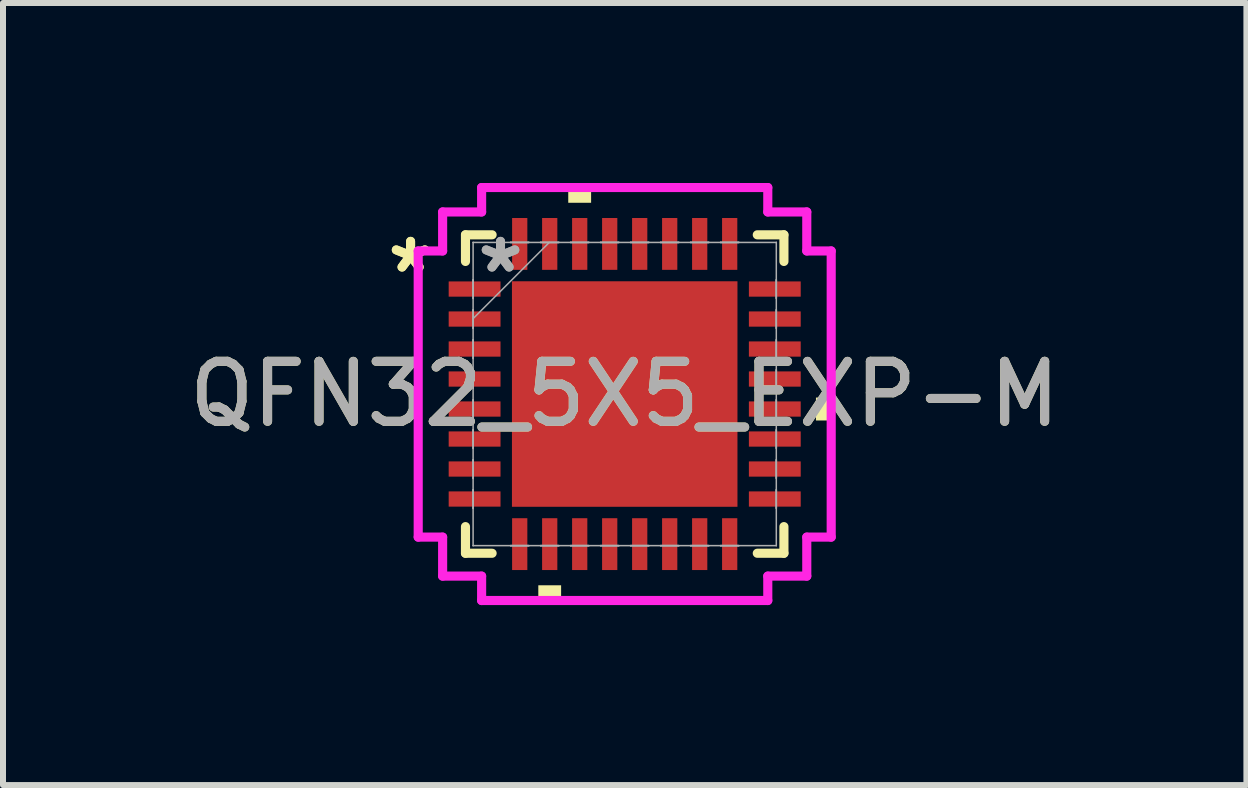
<source format=kicad_pcb>
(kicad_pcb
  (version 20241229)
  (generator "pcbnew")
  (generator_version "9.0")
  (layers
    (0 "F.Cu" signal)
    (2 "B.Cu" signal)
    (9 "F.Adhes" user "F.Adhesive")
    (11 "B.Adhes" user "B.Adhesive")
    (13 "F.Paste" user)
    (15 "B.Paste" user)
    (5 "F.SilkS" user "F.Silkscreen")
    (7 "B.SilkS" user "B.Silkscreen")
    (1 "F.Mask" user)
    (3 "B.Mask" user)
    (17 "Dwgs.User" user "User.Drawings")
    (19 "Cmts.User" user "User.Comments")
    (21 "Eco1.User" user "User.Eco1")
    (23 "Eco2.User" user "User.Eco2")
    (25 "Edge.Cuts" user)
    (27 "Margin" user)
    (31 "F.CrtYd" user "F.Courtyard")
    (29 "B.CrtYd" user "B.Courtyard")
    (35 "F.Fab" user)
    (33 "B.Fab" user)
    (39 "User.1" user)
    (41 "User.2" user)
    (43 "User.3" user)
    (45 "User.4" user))
  (footprint "QFN32_5X5_EXP-M"
    (layer "F.Cu")
    (at 7.363 3.518)
    (property "Reference" "QFN32_5X5_EXP-M" (at 0 0 0) (unlocked yes) (layer "F.SilkS") (effects (font (size 1 1) (thickness 0.15))))
    (attr smd)
    (fp_line (start -2.654 -2.654) (end -2.654 -2.21) (stroke (width 0.152) (type solid)) (layer "F.SilkS"))
    (fp_line (start -2.654 2.21) (end -2.654 2.654) (stroke (width 0.152) (type solid)) (layer "F.SilkS"))
    (fp_line (start -2.654 2.654) (end -2.21 2.654) (stroke (width 0.152) (type solid)) (layer "F.SilkS"))
    (fp_line (start -2.21 -2.654) (end -2.654 -2.654) (stroke (width 0.152) (type solid)) (layer "F.SilkS"))
    (fp_line (start 2.21 2.654) (end 2.654 2.654) (stroke (width 0.152) (type solid)) (layer "F.SilkS"))
    (fp_line (start 2.654 -2.654) (end 2.21 -2.654) (stroke (width 0.152) (type solid)) (layer "F.SilkS"))
    (fp_line (start 2.654 -2.21) (end 2.654 -2.654) (stroke (width 0.152) (type solid)) (layer "F.SilkS"))
    (fp_line (start 2.654 2.654) (end 2.654 2.21) (stroke (width 0.152) (type solid)) (layer "F.SilkS"))
    (fp_poly (pts (xy -1.44 3.188) (xy -1.44 3.442) (xy -1.06 3.442) (xy -1.06 3.188)) (stroke (width 0) (type solid)) (fill yes) (layer "F.SilkS"))
    (fp_poly (pts (xy -0.941 -3.188) (xy -0.941 -3.442) (xy -0.56 -3.442) (xy -0.56 -3.188)) (stroke (width 0) (type solid)) (fill yes) (layer "F.SilkS"))
    (fp_poly (pts (xy 3.442 0.059) (xy 3.442 0.441) (xy 3.188 0.441) (xy 3.188 0.059)) (stroke (width 0) (type solid)) (fill yes) (layer "F.SilkS"))
    (fp_poly (pts (xy -1.78 -1.78) (xy -1.78 -0.1) (xy -0.1 -0.1) (xy -0.1 -1.78)) (stroke (width 0) (type solid)) (fill yes) (layer "F.Paste"))
    (fp_poly (pts (xy -1.78 0.1) (xy -1.78 1.78) (xy -0.1 1.78) (xy -0.1 0.1)) (stroke (width 0) (type solid)) (fill yes) (layer "F.Paste"))
    (fp_poly (pts (xy 0.1 -1.78) (xy 0.1 -0.1) (xy 1.78 -0.1) (xy 1.78 -1.78)) (stroke (width 0) (type solid)) (fill yes) (layer "F.Paste"))
    (fp_poly (pts (xy 0.1 0.1) (xy 0.1 1.78) (xy 1.78 1.78) (xy 1.78 0.1)) (stroke (width 0) (type solid)) (fill yes) (layer "F.Paste"))
    (fp_line (start -3.442 -2.385) (end -3.035 -2.385) (stroke (width 0.152) (type solid)) (layer "F.CrtYd"))
    (fp_line (start -3.442 2.385) (end -3.442 -2.385) (stroke (width 0.152) (type solid)) (layer "F.CrtYd"))
    (fp_line (start -3.035 -3.035) (end -2.385 -3.035) (stroke (width 0.152) (type solid)) (layer "F.CrtYd"))
    (fp_line (start -3.035 -2.385) (end -3.035 -3.035) (stroke (width 0.152) (type solid)) (layer "F.CrtYd"))
    (fp_line (start -3.035 2.385) (end -3.442 2.385) (stroke (width 0.152) (type solid)) (layer "F.CrtYd"))
    (fp_line (start -3.035 3.035) (end -3.035 2.385) (stroke (width 0.152) (type solid)) (layer "F.CrtYd"))
    (fp_line (start -2.385 -3.442) (end 2.385 -3.442) (stroke (width 0.152) (type solid)) (layer "F.CrtYd"))
    (fp_line (start -2.385 -3.035) (end -2.385 -3.442) (stroke (width 0.152) (type solid)) (layer "F.CrtYd"))
    (fp_line (start -2.385 3.035) (end -3.035 3.035) (stroke (width 0.152) (type solid)) (layer "F.CrtYd"))
    (fp_line (start -2.385 3.442) (end -2.385 3.035) (stroke (width 0.152) (type solid)) (layer "F.CrtYd"))
    (fp_line (start 2.385 -3.442) (end 2.385 -3.035) (stroke (width 0.152) (type solid)) (layer "F.CrtYd"))
    (fp_line (start 2.385 -3.035) (end 3.035 -3.035) (stroke (width 0.152) (type solid)) (layer "F.CrtYd"))
    (fp_line (start 2.385 3.035) (end 2.385 3.442) (stroke (width 0.152) (type solid)) (layer "F.CrtYd"))
    (fp_line (start 2.385 3.442) (end -2.385 3.442) (stroke (width 0.152) (type solid)) (layer "F.CrtYd"))
    (fp_line (start 3.035 -3.035) (end 3.035 -2.385) (stroke (width 0.152) (type solid)) (layer "F.CrtYd"))
    (fp_line (start 3.035 -2.385) (end 3.442 -2.385) (stroke (width 0.152) (type solid)) (layer "F.CrtYd"))
    (fp_line (start 3.035 2.385) (end 3.035 3.035) (stroke (width 0.152) (type solid)) (layer "F.CrtYd"))
    (fp_line (start 3.035 3.035) (end 2.385 3.035) (stroke (width 0.152) (type solid)) (layer "F.CrtYd"))
    (fp_line (start 3.442 -2.385) (end 3.442 2.385) (stroke (width 0.152) (type solid)) (layer "F.CrtYd"))
    (fp_line (start 3.442 2.385) (end 3.035 2.385) (stroke (width 0.152) (type solid)) (layer "F.CrtYd"))
    (fp_line (start -2.527 -2.527) (end -2.527 -2.527) (stroke (width 0.025) (type solid)) (layer "F.Fab"))
    (fp_line (start -2.527 -2.527) (end -2.527 2.527) (stroke (width 0.025) (type solid)) (layer "F.Fab"))
    (fp_line (start -2.527 -1.902) (end -2.527 -1.902) (stroke (width 0.025) (type solid)) (layer "F.Fab"))
    (fp_line (start -2.527 -1.902) (end -2.527 -1.598) (stroke (width 0.025) (type solid)) (layer "F.Fab"))
    (fp_line (start -2.527 -1.598) (end -2.527 -1.902) (stroke (width 0.025) (type solid)) (layer "F.Fab"))
    (fp_line (start -2.527 -1.598) (end -2.527 -1.598) (stroke (width 0.025) (type solid)) (layer "F.Fab"))
    (fp_line (start -2.527 -1.402) (end -2.527 -1.402) (stroke (width 0.025) (type solid)) (layer "F.Fab"))
    (fp_line (start -2.527 -1.402) (end -2.527 -1.098) (stroke (width 0.025) (type solid)) (layer "F.Fab"))
    (fp_line (start -2.527 -1.257) (end -1.257 -2.527) (stroke (width 0.025) (type solid)) (layer "F.Fab"))
    (fp_line (start -2.527 -1.098) (end -2.527 -1.402) (stroke (width 0.025) (type solid)) (layer "F.Fab"))
    (fp_line (start -2.527 -1.098) (end -2.527 -1.098) (stroke (width 0.025) (type solid)) (layer "F.Fab"))
    (fp_line (start -2.527 -0.902) (end -2.527 -0.902) (stroke (width 0.025) (type solid)) (layer "F.Fab"))
    (fp_line (start -2.527 -0.902) (end -2.527 -0.598) (stroke (width 0.025) (type solid)) (layer "F.Fab"))
    (fp_line (start -2.527 -0.598) (end -2.527 -0.902) (stroke (width 0.025) (type solid)) (layer "F.Fab"))
    (fp_line (start -2.527 -0.598) (end -2.527 -0.598) (stroke (width 0.025) (type solid)) (layer "F.Fab"))
    (fp_line (start -2.527 -0.402) (end -2.527 -0.402) (stroke (width 0.025) (type solid)) (layer "F.Fab"))
    (fp_line (start -2.527 -0.402) (end -2.527 -0.098) (stroke (width 0.025) (type solid)) (layer "F.Fab"))
    (fp_line (start -2.527 -0.098) (end -2.527 -0.402) (stroke (width 0.025) (type solid)) (layer "F.Fab"))
    (fp_line (start -2.527 -0.098) (end -2.527 -0.098) (stroke (width 0.025) (type solid)) (layer "F.Fab"))
    (fp_line (start -2.527 0.098) (end -2.527 0.098) (stroke (width 0.025) (type solid)) (layer "F.Fab"))
    (fp_line (start -2.527 0.098) (end -2.527 0.402) (stroke (width 0.025) (type solid)) (layer "F.Fab"))
    (fp_line (start -2.527 0.402) (end -2.527 0.098) (stroke (width 0.025) (type solid)) (layer "F.Fab"))
    (fp_line (start -2.527 0.402) (end -2.527 0.402) (stroke (width 0.025) (type solid)) (layer "F.Fab"))
    (fp_line (start -2.527 0.598) (end -2.527 0.598) (stroke (width 0.025) (type solid)) (layer "F.Fab"))
    (fp_line (start -2.527 0.598) (end -2.527 0.902) (stroke (width 0.025) (type solid)) (layer "F.Fab"))
    (fp_line (start -2.527 0.902) (end -2.527 0.598) (stroke (width 0.025) (type solid)) (layer "F.Fab"))
    (fp_line (start -2.527 0.902) (end -2.527 0.902) (stroke (width 0.025) (type solid)) (layer "F.Fab"))
    (fp_line (start -2.527 1.098) (end -2.527 1.098) (stroke (width 0.025) (type solid)) (layer "F.Fab"))
    (fp_line (start -2.527 1.098) (end -2.527 1.402) (stroke (width 0.025) (type solid)) (layer "F.Fab"))
    (fp_line (start -2.527 1.402) (end -2.527 1.098) (stroke (width 0.025) (type solid)) (layer "F.Fab"))
    (fp_line (start -2.527 1.402) (end -2.527 1.402) (stroke (width 0.025) (type solid)) (layer "F.Fab"))
    (fp_line (start -2.527 1.598) (end -2.527 1.598) (stroke (width 0.025) (type solid)) (layer "F.Fab"))
    (fp_line (start -2.527 1.598) (end -2.527 1.902) (stroke (width 0.025) (type solid)) (layer "F.Fab"))
    (fp_line (start -2.527 1.902) (end -2.527 1.598) (stroke (width 0.025) (type solid)) (layer "F.Fab"))
    (fp_line (start -2.527 1.902) (end -2.527 1.902) (stroke (width 0.025) (type solid)) (layer "F.Fab"))
    (fp_line (start -2.527 2.527) (end -2.527 2.527) (stroke (width 0.025) (type solid)) (layer "F.Fab"))
    (fp_line (start -2.527 2.527) (end 2.527 2.527) (stroke (width 0.025) (type solid)) (layer "F.Fab"))
    (fp_line (start -1.902 -2.527) (end -1.902 -2.527) (stroke (width 0.025) (type solid)) (layer "F.Fab"))
    (fp_line (start -1.902 -2.527) (end -1.598 -2.527) (stroke (width 0.025) (type solid)) (layer "F.Fab"))
    (fp_line (start -1.902 2.527) (end -1.902 2.527) (stroke (width 0.025) (type solid)) (layer "F.Fab"))
    (fp_line (start -1.902 2.527) (end -1.598 2.527) (stroke (width 0.025) (type solid)) (layer "F.Fab"))
    (fp_line (start -1.598 -2.527) (end -1.902 -2.527) (stroke (width 0.025) (type solid)) (layer "F.Fab"))
    (fp_line (start -1.598 -2.527) (end -1.598 -2.527) (stroke (width 0.025) (type solid)) (layer "F.Fab"))
    (fp_line (start -1.598 2.527) (end -1.902 2.527) (stroke (width 0.025) (type solid)) (layer "F.Fab"))
    (fp_line (start -1.598 2.527) (end -1.598 2.527) (stroke (width 0.025) (type solid)) (layer "F.Fab"))
    (fp_line (start -1.402 -2.527) (end -1.402 -2.527) (stroke (width 0.025) (type solid)) (layer "F.Fab"))
    (fp_line (start -1.402 -2.527) (end -1.098 -2.527) (stroke (width 0.025) (type solid)) (layer "F.Fab"))
    (fp_line (start -1.402 2.527) (end -1.402 2.527) (stroke (width 0.025) (type solid)) (layer "F.Fab"))
    (fp_line (start -1.402 2.527) (end -1.098 2.527) (stroke (width 0.025) (type solid)) (layer "F.Fab"))
    (fp_line (start -1.098 -2.527) (end -1.402 -2.527) (stroke (width 0.025) (type solid)) (layer "F.Fab"))
    (fp_line (start -1.098 -2.527) (end -1.098 -2.527) (stroke (width 0.025) (type solid)) (layer "F.Fab"))
    (fp_line (start -1.098 2.527) (end -1.402 2.527) (stroke (width 0.025) (type solid)) (layer "F.Fab"))
    (fp_line (start -1.098 2.527) (end -1.098 2.527) (stroke (width 0.025) (type solid)) (layer "F.Fab"))
    (fp_line (start -0.902 -2.527) (end -0.902 -2.527) (stroke (width 0.025) (type solid)) (layer "F.Fab"))
    (fp_line (start -0.902 -2.527) (end -0.598 -2.527) (stroke (width 0.025) (type solid)) (layer "F.Fab"))
    (fp_line (start -0.902 2.527) (end -0.902 2.527) (stroke (width 0.025) (type solid)) (layer "F.Fab"))
    (fp_line (start -0.902 2.527) (end -0.598 2.527) (stroke (width 0.025) (type solid)) (layer "F.Fab"))
    (fp_line (start -0.598 -2.527) (end -0.902 -2.527) (stroke (width 0.025) (type solid)) (layer "F.Fab"))
    (fp_line (start -0.598 -2.527) (end -0.598 -2.527) (stroke (width 0.025) (type solid)) (layer "F.Fab"))
    (fp_line (start -0.598 2.527) (end -0.902 2.527) (stroke (width 0.025) (type solid)) (layer "F.Fab"))
    (fp_line (start -0.598 2.527) (end -0.598 2.527) (stroke (width 0.025) (type solid)) (layer "F.Fab"))
    (fp_line (start -0.402 -2.527) (end -0.402 -2.527) (stroke (width 0.025) (type solid)) (layer "F.Fab"))
    (fp_line (start -0.402 -2.527) (end -0.098 -2.527) (stroke (width 0.025) (type solid)) (layer "F.Fab"))
    (fp_line (start -0.402 2.527) (end -0.402 2.527) (stroke (width 0.025) (type solid)) (layer "F.Fab"))
    (fp_line (start -0.402 2.527) (end -0.098 2.527) (stroke (width 0.025) (type solid)) (layer "F.Fab"))
    (fp_line (start -0.098 -2.527) (end -0.402 -2.527) (stroke (width 0.025) (type solid)) (layer "F.Fab"))
    (fp_line (start -0.098 -2.527) (end -0.098 -2.527) (stroke (width 0.025) (type solid)) (layer "F.Fab"))
    (fp_line (start -0.098 2.527) (end -0.402 2.527) (stroke (width 0.025) (type solid)) (layer "F.Fab"))
    (fp_line (start -0.098 2.527) (end -0.098 2.527) (stroke (width 0.025) (type solid)) (layer "F.Fab"))
    (fp_line (start 0.098 -2.527) (end 0.098 -2.527) (stroke (width 0.025) (type solid)) (layer "F.Fab"))
    (fp_line (start 0.098 -2.527) (end 0.402 -2.527) (stroke (width 0.025) (type solid)) (layer "F.Fab"))
    (fp_line (start 0.098 2.527) (end 0.098 2.527) (stroke (width 0.025) (type solid)) (layer "F.Fab"))
    (fp_line (start 0.098 2.527) (end 0.402 2.527) (stroke (width 0.025) (type solid)) (layer "F.Fab"))
    (fp_line (start 0.402 -2.527) (end 0.098 -2.527) (stroke (width 0.025) (type solid)) (layer "F.Fab"))
    (fp_line (start 0.402 -2.527) (end 0.402 -2.527) (stroke (width 0.025) (type solid)) (layer "F.Fab"))
    (fp_line (start 0.402 2.527) (end 0.098 2.527) (stroke (width 0.025) (type solid)) (layer "F.Fab"))
    (fp_line (start 0.402 2.527) (end 0.402 2.527) (stroke (width 0.025) (type solid)) (layer "F.Fab"))
    (fp_line (start 0.598 -2.527) (end 0.598 -2.527) (stroke (width 0.025) (type solid)) (layer "F.Fab"))
    (fp_line (start 0.598 -2.527) (end 0.902 -2.527) (stroke (width 0.025) (type solid)) (layer "F.Fab"))
    (fp_line (start 0.598 2.527) (end 0.598 2.527) (stroke (width 0.025) (type solid)) (layer "F.Fab"))
    (fp_line (start 0.598 2.527) (end 0.902 2.527) (stroke (width 0.025) (type solid)) (layer "F.Fab"))
    (fp_line (start 0.902 -2.527) (end 0.598 -2.527) (stroke (width 0.025) (type solid)) (layer "F.Fab"))
    (fp_line (start 0.902 -2.527) (end 0.902 -2.527) (stroke (width 0.025) (type solid)) (layer "F.Fab"))
    (fp_line (start 0.902 2.527) (end 0.598 2.527) (stroke (width 0.025) (type solid)) (layer "F.Fab"))
    (fp_line (start 0.902 2.527) (end 0.902 2.527) (stroke (width 0.025) (type solid)) (layer "F.Fab"))
    (fp_line (start 1.098 -2.527) (end 1.098 -2.527) (stroke (width 0.025) (type solid)) (layer "F.Fab"))
    (fp_line (start 1.098 -2.527) (end 1.402 -2.527) (stroke (width 0.025) (type solid)) (layer "F.Fab"))
    (fp_line (start 1.098 2.527) (end 1.098 2.527) (stroke (width 0.025) (type solid)) (layer "F.Fab"))
    (fp_line (start 1.098 2.527) (end 1.402 2.527) (stroke (width 0.025) (type solid)) (layer "F.Fab"))
    (fp_line (start 1.402 -2.527) (end 1.098 -2.527) (stroke (width 0.025) (type solid)) (layer "F.Fab"))
    (fp_line (start 1.402 -2.527) (end 1.402 -2.527) (stroke (width 0.025) (type solid)) (layer "F.Fab"))
    (fp_line (start 1.402 2.527) (end 1.098 2.527) (stroke (width 0.025) (type solid)) (layer "F.Fab"))
    (fp_line (start 1.402 2.527) (end 1.402 2.527) (stroke (width 0.025) (type solid)) (layer "F.Fab"))
    (fp_line (start 1.598 -2.527) (end 1.598 -2.527) (stroke (width 0.025) (type solid)) (layer "F.Fab"))
    (fp_line (start 1.598 -2.527) (end 1.902 -2.527) (stroke (width 0.025) (type solid)) (layer "F.Fab"))
    (fp_line (start 1.598 2.527) (end 1.598 2.527) (stroke (width 0.025) (type solid)) (layer "F.Fab"))
    (fp_line (start 1.598 2.527) (end 1.902 2.527) (stroke (width 0.025) (type solid)) (layer "F.Fab"))
    (fp_line (start 1.902 -2.527) (end 1.598 -2.527) (stroke (width 0.025) (type solid)) (layer "F.Fab"))
    (fp_line (start 1.902 -2.527) (end 1.902 -2.527) (stroke (width 0.025) (type solid)) (layer "F.Fab"))
    (fp_line (start 1.902 2.527) (end 1.598 2.527) (stroke (width 0.025) (type solid)) (layer "F.Fab"))
    (fp_line (start 1.902 2.527) (end 1.902 2.527) (stroke (width 0.025) (type solid)) (layer "F.Fab"))
    (fp_line (start 2.527 -2.527) (end -2.527 -2.527) (stroke (width 0.025) (type solid)) (layer "F.Fab"))
    (fp_line (start 2.527 -2.527) (end 2.527 -2.527) (stroke (width 0.025) (type solid)) (layer "F.Fab"))
    (fp_line (start 2.527 -1.902) (end 2.527 -1.902) (stroke (width 0.025) (type solid)) (layer "F.Fab"))
    (fp_line (start 2.527 -1.902) (end 2.527 -1.598) (stroke (width 0.025) (type solid)) (layer "F.Fab"))
    (fp_line (start 2.527 -1.598) (end 2.527 -1.902) (stroke (width 0.025) (type solid)) (layer "F.Fab"))
    (fp_line (start 2.527 -1.598) (end 2.527 -1.598) (stroke (width 0.025) (type solid)) (layer "F.Fab"))
    (fp_line (start 2.527 -1.402) (end 2.527 -1.402) (stroke (width 0.025) (type solid)) (layer "F.Fab"))
    (fp_line (start 2.527 -1.402) (end 2.527 -1.098) (stroke (width 0.025) (type solid)) (layer "F.Fab"))
    (fp_line (start 2.527 -1.098) (end 2.527 -1.402) (stroke (width 0.025) (type solid)) (layer "F.Fab"))
    (fp_line (start 2.527 -1.098) (end 2.527 -1.098) (stroke (width 0.025) (type solid)) (layer "F.Fab"))
    (fp_line (start 2.527 -0.902) (end 2.527 -0.902) (stroke (width 0.025) (type solid)) (layer "F.Fab"))
    (fp_line (start 2.527 -0.902) (end 2.527 -0.598) (stroke (width 0.025) (type solid)) (layer "F.Fab"))
    (fp_line (start 2.527 -0.598) (end 2.527 -0.902) (stroke (width 0.025) (type solid)) (layer "F.Fab"))
    (fp_line (start 2.527 -0.598) (end 2.527 -0.598) (stroke (width 0.025) (type solid)) (layer "F.Fab"))
    (fp_line (start 2.527 -0.402) (end 2.527 -0.402) (stroke (width 0.025) (type solid)) (layer "F.Fab"))
    (fp_line (start 2.527 -0.402) (end 2.527 -0.098) (stroke (width 0.025) (type solid)) (layer "F.Fab"))
    (fp_line (start 2.527 -0.098) (end 2.527 -0.402) (stroke (width 0.025) (type solid)) (layer "F.Fab"))
    (fp_line (start 2.527 -0.098) (end 2.527 -0.098) (stroke (width 0.025) (type solid)) (layer "F.Fab"))
    (fp_line (start 2.527 0.098) (end 2.527 0.098) (stroke (width 0.025) (type solid)) (layer "F.Fab"))
    (fp_line (start 2.527 0.098) (end 2.527 0.402) (stroke (width 0.025) (type solid)) (layer "F.Fab"))
    (fp_line (start 2.527 0.402) (end 2.527 0.098) (stroke (width 0.025) (type solid)) (layer "F.Fab"))
    (fp_line (start 2.527 0.402) (end 2.527 0.402) (stroke (width 0.025) (type solid)) (layer "F.Fab"))
    (fp_line (start 2.527 0.598) (end 2.527 0.598) (stroke (width 0.025) (type solid)) (layer "F.Fab"))
    (fp_line (start 2.527 0.598) (end 2.527 0.902) (stroke (width 0.025) (type solid)) (layer "F.Fab"))
    (fp_line (start 2.527 0.902) (end 2.527 0.598) (stroke (width 0.025) (type solid)) (layer "F.Fab"))
    (fp_line (start 2.527 0.902) (end 2.527 0.902) (stroke (width 0.025) (type solid)) (layer "F.Fab"))
    (fp_line (start 2.527 1.098) (end 2.527 1.098) (stroke (width 0.025) (type solid)) (layer "F.Fab"))
    (fp_line (start 2.527 1.098) (end 2.527 1.402) (stroke (width 0.025) (type solid)) (layer "F.Fab"))
    (fp_line (start 2.527 1.402) (end 2.527 1.098) (stroke (width 0.025) (type solid)) (layer "F.Fab"))
    (fp_line (start 2.527 1.402) (end 2.527 1.402) (stroke (width 0.025) (type solid)) (layer "F.Fab"))
    (fp_line (start 2.527 1.598) (end 2.527 1.598) (stroke (width 0.025) (type solid)) (layer "F.Fab"))
    (fp_line (start 2.527 1.598) (end 2.527 1.902) (stroke (width 0.025) (type solid)) (layer "F.Fab"))
    (fp_line (start 2.527 1.902) (end 2.527 1.598) (stroke (width 0.025) (type solid)) (layer "F.Fab"))
    (fp_line (start 2.527 1.902) (end 2.527 1.902) (stroke (width 0.025) (type solid)) (layer "F.Fab"))
    (fp_line (start 2.527 2.527) (end 2.527 -2.527) (stroke (width 0.025) (type solid)) (layer "F.Fab"))
    (fp_line (start 2.527 2.527) (end 2.527 2.527) (stroke (width 0.025) (type solid)) (layer "F.Fab"))
    (fp_text user "*" (at -3.569 -2 0) (layer "F.SilkS") (effects (font (size 1 1) (thickness 0.15))))
    (fp_text user "*" (at -3.569 -2 0) (unlocked yes) (layer "F.SilkS") (effects (font (size 1 1) (thickness 0.15))))
    (fp_text user "*" (at -2.07 -2 0) (layer "F.Fab") (effects (font (size 1 1) (thickness 0.15))))
    (fp_text user "${REFERENCE}" (at 0 0 0) (unlocked yes) (layer "F.Fab") (effects (font (size 1 1) (thickness 0.15))))
    (fp_text user "*" (at -2.07 -2 0) (unlocked yes) (layer "F.Fab") (effects (font (size 1 1) (thickness 0.15))))
    (pad "1" smd rect (at -2.502 -1.75 90) (size 0.254 0.864) (layers "F.Cu" "F.Mask" "F.Paste"))
    (pad "2" smd rect (at -2.502 -1.25 90) (size 0.254 0.864) (layers "F.Cu" "F.Mask" "F.Paste"))
    (pad "3" smd rect (at -2.502 -0.75 90) (size 0.254 0.864) (layers "F.Cu" "F.Mask" "F.Paste"))
    (pad "4" smd rect (at -2.502 -0.25 90) (size 0.254 0.864) (layers "F.Cu" "F.Mask" "F.Paste"))
    (pad "5" smd rect (at -2.502 0.25 90) (size 0.254 0.864) (layers "F.Cu" "F.Mask" "F.Paste"))
    (pad "6" smd rect (at -2.502 0.75 90) (size 0.254 0.864) (layers "F.Cu" "F.Mask" "F.Paste"))
    (pad "7" smd rect (at -2.502 1.25 90) (size 0.254 0.864) (layers "F.Cu" "F.Mask" "F.Paste"))
    (pad "8" smd rect (at -2.502 1.75 90) (size 0.254 0.864) (layers "F.Cu" "F.Mask" "F.Paste"))
    (pad "9" smd rect (at -1.75 2.502) (size 0.254 0.864) (layers "F.Cu" "F.Mask" "F.Paste"))
    (pad "10" smd rect (at -1.25 2.502) (size 0.254 0.864) (layers "F.Cu" "F.Mask" "F.Paste"))
    (pad "11" smd rect (at -0.75 2.502) (size 0.254 0.864) (layers "F.Cu" "F.Mask" "F.Paste"))
    (pad "12" smd rect (at -0.25 2.502) (size 0.254 0.864) (layers "F.Cu" "F.Mask" "F.Paste"))
    (pad "13" smd rect (at 0.25 2.502) (size 0.254 0.864) (layers "F.Cu" "F.Mask" "F.Paste"))
    (pad "14" smd rect (at 0.75 2.502) (size 0.254 0.864) (layers "F.Cu" "F.Mask" "F.Paste"))
    (pad "15" smd rect (at 1.25 2.502) (size 0.254 0.864) (layers "F.Cu" "F.Mask" "F.Paste"))
    (pad "16" smd rect (at 1.75 2.502) (size 0.254 0.864) (layers "F.Cu" "F.Mask" "F.Paste"))
    (pad "17" smd rect (at 2.502 1.75 90) (size 0.254 0.864) (layers "F.Cu" "F.Mask" "F.Paste"))
    (pad "18" smd rect (at 2.502 1.25 90) (size 0.254 0.864) (layers "F.Cu" "F.Mask" "F.Paste"))
    (pad "19" smd rect (at 2.502 0.75 90) (size 0.254 0.864) (layers "F.Cu" "F.Mask" "F.Paste"))
    (pad "20" smd rect (at 2.502 0.25 90) (size 0.254 0.864) (layers "F.Cu" "F.Mask" "F.Paste"))
    (pad "21" smd rect (at 2.502 -0.25 90) (size 0.254 0.864) (layers "F.Cu" "F.Mask" "F.Paste"))
    (pad "22" smd rect (at 2.502 -0.75 90) (size 0.254 0.864) (layers "F.Cu" "F.Mask" "F.Paste"))
    (pad "23" smd rect (at 2.502 -1.25 90) (size 0.254 0.864) (layers "F.Cu" "F.Mask" "F.Paste"))
    (pad "24" smd rect (at 2.502 -1.75 90) (size 0.254 0.864) (layers "F.Cu" "F.Mask" "F.Paste"))
    (pad "25" smd rect (at 1.75 -2.502) (size 0.254 0.864) (layers "F.Cu" "F.Mask" "F.Paste"))
    (pad "26" smd rect (at 1.25 -2.502) (size 0.254 0.864) (layers "F.Cu" "F.Mask" "F.Paste"))
    (pad "27" smd rect (at 0.75 -2.502) (size 0.254 0.864) (layers "F.Cu" "F.Mask" "F.Paste"))
    (pad "28" smd rect (at 0.25 -2.502) (size 0.254 0.864) (layers "F.Cu" "F.Mask" "F.Paste"))
    (pad "29" smd rect (at -0.25 -2.502) (size 0.254 0.864) (layers "F.Cu" "F.Mask" "F.Paste"))
    (pad "30" smd rect (at -0.75 -2.502) (size 0.254 0.864) (layers "F.Cu" "F.Mask" "F.Paste"))
    (pad "31" smd rect (at -1.25 -2.502) (size 0.254 0.864) (layers "F.Cu" "F.Mask" "F.Paste"))
    (pad "32" smd rect (at -1.75 -2.502) (size 0.254 0.864) (layers "F.Cu" "F.Mask" "F.Paste"))
    (pad "33" smd rect (at 0 0) (size 3.759 3.759) (layers "F.Cu" "F.Mask")))
  (gr_rect
    (start -3 -3)
    (end 17.726 10.036)
    (stroke (width 0.1) (type default))
    (fill no)
    (layer "Edge.Cuts")))
</source>
